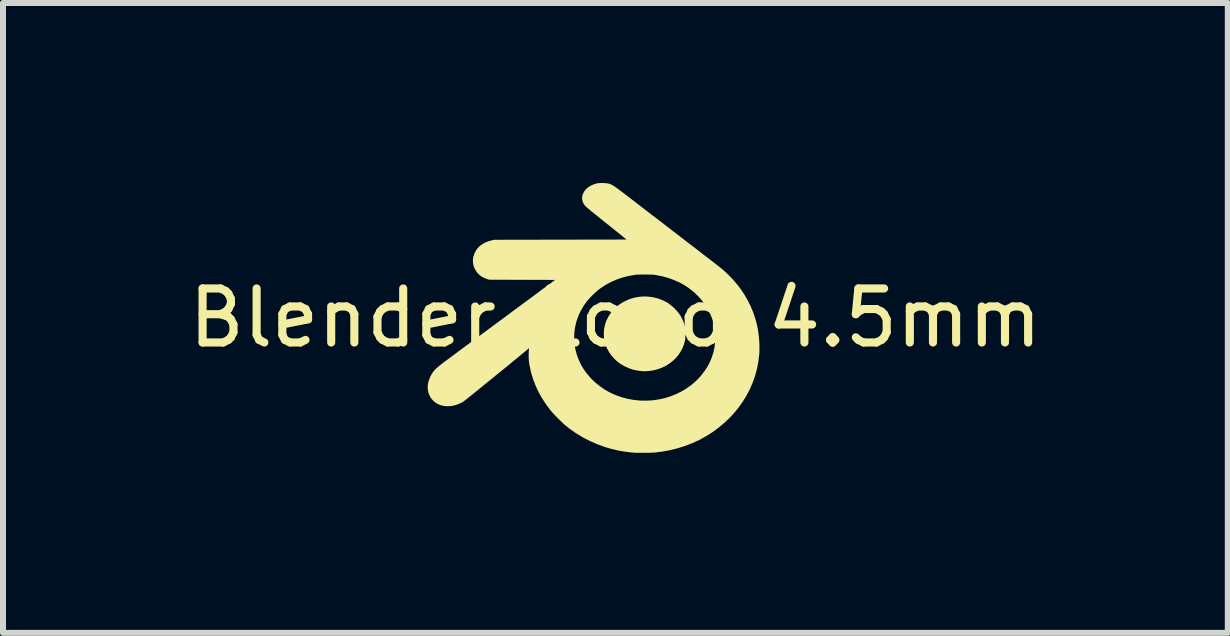
<source format=kicad_pcb>
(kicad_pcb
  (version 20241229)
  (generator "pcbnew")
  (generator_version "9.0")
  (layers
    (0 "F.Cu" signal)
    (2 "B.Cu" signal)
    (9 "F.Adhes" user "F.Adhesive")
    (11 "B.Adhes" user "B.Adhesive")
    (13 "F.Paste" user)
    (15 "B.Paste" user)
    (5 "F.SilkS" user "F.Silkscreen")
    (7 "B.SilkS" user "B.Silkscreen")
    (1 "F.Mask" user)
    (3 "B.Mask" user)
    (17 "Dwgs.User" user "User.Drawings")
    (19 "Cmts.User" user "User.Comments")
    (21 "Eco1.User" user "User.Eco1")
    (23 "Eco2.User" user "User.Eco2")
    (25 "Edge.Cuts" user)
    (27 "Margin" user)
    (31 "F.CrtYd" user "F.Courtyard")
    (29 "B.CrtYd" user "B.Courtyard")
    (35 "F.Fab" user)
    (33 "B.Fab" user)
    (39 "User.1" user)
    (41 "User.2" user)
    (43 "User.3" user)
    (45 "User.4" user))
  (footprint "Blender Logo 4.5mm"
    (layer "F.Cu")
    (at 7.205 2.248)
    (property "Reference" "Blender Logo 4.5mm" (at 0 0 180) (layer "F.SilkS") (effects (font (size 0.9 0.9) (thickness 0.135))))
    (attr board_only exclude_from_pos_files exclude_from_bom)
    (fp_poly (pts (xy 0.535 -0.356) (xy 0.611 -0.347) (xy 0.686 -0.331) (xy 0.722 -0.32) (xy 0.791 -0.293) (xy 0.855 -0.26) (xy 0.914 -0.22) (xy 0.97 -0.174) (xy 0.991 -0.153) (xy 1.04 -0.099) (xy 1.082 -0.042) (xy 1.115 0.018) (xy 1.141 0.082) (xy 1.16 0.151) (xy 1.16 0.151) (xy 1.164 0.174) (xy 1.166 0.202) (xy 1.168 0.235) (xy 1.168 0.269) (xy 1.168 0.303) (xy 1.166 0.334) (xy 1.164 0.36) (xy 1.162 0.369) (xy 1.144 0.438) (xy 1.119 0.503) (xy 1.086 0.565) (xy 1.046 0.623) (xy 1 0.676) (xy 0.948 0.724) (xy 0.891 0.767) (xy 0.829 0.805) (xy 0.763 0.835) (xy 0.692 0.859) (xy 0.639 0.872) (xy 0.619 0.876) (xy 0.594 0.88) (xy 0.567 0.883) (xy 0.54 0.886) (xy 0.515 0.888) (xy 0.494 0.889) (xy 0.479 0.889) (xy 0.479 0.889) (xy 0.468 0.888) (xy 0.454 0.887) (xy 0.447 0.887) (xy 0.37 0.878) (xy 0.297 0.863) (xy 0.227 0.839) (xy 0.158 0.808) (xy 0.155 0.807) (xy 0.091 0.77) (xy 0.033 0.728) (xy -0.019 0.68) (xy -0.064 0.629) (xy -0.103 0.573) (xy -0.136 0.514) (xy -0.161 0.453) (xy -0.179 0.389) (xy -0.19 0.324) (xy -0.193 0.258) (xy -0.189 0.192) (xy -0.176 0.125) (xy -0.155 0.059) (xy -0.149 0.045) (xy -0.119 -0.017) (xy -0.082 -0.075) (xy -0.038 -0.13) (xy -0.011 -0.158) (xy 0.045 -0.207) (xy 0.106 -0.25) (xy 0.171 -0.285) (xy 0.239 -0.314) (xy 0.311 -0.336) (xy 0.384 -0.35) (xy 0.459 -0.357)) (stroke (width 0) (type solid)) (fill yes) (layer "F.SilkS"))
    (fp_poly (pts (xy -0.201 -2.248) (xy -0.168 -2.246) (xy -0.14 -2.243) (xy -0.119 -2.24) (xy -0.108 -2.237) (xy -0.098 -2.234) (xy -0.087 -2.23) (xy -0.076 -2.226) (xy -0.065 -2.221) (xy -0.052 -2.214) (xy -0.038 -2.206) (xy -0.022 -2.195) (xy -0.003 -2.183) (xy 0.019 -2.168) (xy 0.044 -2.15) (xy 0.072 -2.128) (xy 0.105 -2.104) (xy 0.143 -2.075) (xy 0.185 -2.043) (xy 0.233 -2.006) (xy 0.287 -1.965) (xy 0.347 -1.918) (xy 0.358 -1.91) (xy 0.407 -1.872) (xy 0.463 -1.829) (xy 0.524 -1.782) (xy 0.589 -1.732) (xy 0.658 -1.679) (xy 0.729 -1.625) (xy 0.803 -1.568) (xy 0.877 -1.511) (xy 0.951 -1.454) (xy 1.025 -1.397) (xy 1.097 -1.342) (xy 1.167 -1.288) (xy 1.233 -1.237) (xy 1.292 -1.192) (xy 1.351 -1.147) (xy 1.407 -1.103) (xy 1.461 -1.061) (xy 1.513 -1.021) (xy 1.562 -0.984) (xy 1.607 -0.949) (xy 1.649 -0.916) (xy 1.686 -0.888) (xy 1.718 -0.862) (xy 1.745 -0.841) (xy 1.767 -0.824) (xy 1.783 -0.811) (xy 1.792 -0.804) (xy 1.792 -0.803) (xy 1.845 -0.756) (xy 1.899 -0.703) (xy 1.953 -0.646) (xy 2.005 -0.587) (xy 2.053 -0.528) (xy 2.093 -0.475) (xy 2.153 -0.384) (xy 2.208 -0.288) (xy 2.257 -0.188) (xy 2.299 -0.086) (xy 2.334 0.018) (xy 2.361 0.121) (xy 2.373 0.177) (xy 2.382 0.236) (xy 2.39 0.3) (xy 2.396 0.366) (xy 2.4 0.431) (xy 2.401 0.495) (xy 2.401 0.555) (xy 2.398 0.609) (xy 2.397 0.613) (xy 2.382 0.735) (xy 2.359 0.853) (xy 2.327 0.969) (xy 2.287 1.081) (xy 2.24 1.191) (xy 2.184 1.296) (xy 2.121 1.399) (xy 2.05 1.498) (xy 1.972 1.593) (xy 1.911 1.658) (xy 1.818 1.747) (xy 1.72 1.829) (xy 1.618 1.904) (xy 1.51 1.972) (xy 1.398 2.034) (xy 1.281 2.087) (xy 1.16 2.134) (xy 1.035 2.173) (xy 0.907 2.205) (xy 0.775 2.229) (xy 0.71 2.237) (xy 0.684 2.24) (xy 0.659 2.243) (xy 0.633 2.244) (xy 0.604 2.246) (xy 0.572 2.247) (xy 0.533 2.248) (xy 0.488 2.248) (xy 0.488 2.248) (xy 0.451 2.248) (xy 0.415 2.248) (xy 0.382 2.248) (xy 0.352 2.248) (xy 0.327 2.247) (xy 0.309 2.246) (xy 0.302 2.246) (xy 0.205 2.235) (xy 0.114 2.222) (xy 0.027 2.205) (xy -0.058 2.185) (xy -0.143 2.161) (xy -0.184 2.148) (xy -0.307 2.103) (xy -0.426 2.051) (xy -0.542 1.991) (xy -0.654 1.923) (xy -0.762 1.847) (xy -0.809 1.81) (xy -0.837 1.787) (xy -0.869 1.759) (xy -0.903 1.726) (xy -0.939 1.691) (xy -0.975 1.655) (xy -1.01 1.619) (xy -1.042 1.585) (xy -1.069 1.554) (xy -1.086 1.533) (xy -1.16 1.434) (xy -1.226 1.332) (xy -1.284 1.228) (xy -1.333 1.121) (xy -1.374 1.012) (xy -1.407 0.901) (xy -1.431 0.787) (xy -1.437 0.751) (xy -1.441 0.719) (xy -1.443 0.68) (xy -1.445 0.639) (xy -1.444 0.597) (xy -1.443 0.559) (xy -1.441 0.54) (xy -1.438 0.504) (xy -1.472 0.532) (xy -1.505 0.56) (xy -1.543 0.591) (xy -1.585 0.625) (xy -1.629 0.662) (xy -1.677 0.701) (xy -1.726 0.741) (xy -1.778 0.784) (xy -1.83 0.827) (xy -1.884 0.871) (xy -1.939 0.915) (xy -1.993 0.959) (xy -2.047 1.004) (xy -2.101 1.047) (xy -2.153 1.089) (xy -2.203 1.13) (xy -2.252 1.17) (xy -2.298 1.207) (xy -2.341 1.242) (xy -2.381 1.274) (xy -2.416 1.303) (xy -2.448 1.328) (xy -2.475 1.35) (xy -2.497 1.367) (xy -2.513 1.38) (xy -2.523 1.388) (xy -2.527 1.39) (xy -2.579 1.42) (xy -2.634 1.443) (xy -2.69 1.46) (xy -2.747 1.47) (xy -2.804 1.472) (xy -2.858 1.467) (xy -2.91 1.455) (xy -2.916 1.453) (xy -2.957 1.436) (xy -2.993 1.415) (xy -3.027 1.387) (xy -3.039 1.376) (xy -3.072 1.337) (xy -3.097 1.295) (xy -3.115 1.249) (xy -3.125 1.201) (xy -3.128 1.15) (xy -3.123 1.098) (xy -3.11 1.046) (xy -3.09 0.993) (xy -3.063 0.94) (xy -3.053 0.924) (xy -3.045 0.911) (xy -3.036 0.899) (xy -3.027 0.887) (xy -3.018 0.876) (xy -3.007 0.864) (xy -2.994 0.851) (xy -2.979 0.837) (xy -2.961 0.822) (xy -2.941 0.804) (xy -2.917 0.785) (xy -2.889 0.763) (xy -2.857 0.738) (xy -2.819 0.71) (xy -2.777 0.679) (xy -2.729 0.643) (xy -2.675 0.603) (xy -2.615 0.558) (xy -2.613 0.557) (xy -2.573 0.527) (xy -2.527 0.493) (xy -2.474 0.454) (xy -2.417 0.412) (xy -2.355 0.366) (xy -2.34 0.355) (xy -0.686 0.355) (xy -0.684 0.401) (xy -0.681 0.436) (xy -0.665 0.529) (xy -0.641 0.617) (xy -0.61 0.702) (xy -0.571 0.782) (xy -0.525 0.86) (xy -0.47 0.934) (xy -0.408 1.006) (xy -0.397 1.017) (xy -0.325 1.085) (xy -0.248 1.146) (xy -0.166 1.201) (xy -0.079 1.249) (xy 0.011 1.289) (xy 0.105 1.322) (xy 0.202 1.348) (xy 0.302 1.366) (xy 0.404 1.377) (xy 0.508 1.379) (xy 0.613 1.374) (xy 0.637 1.371) (xy 0.736 1.356) (xy 0.833 1.334) (xy 0.927 1.304) (xy 1.018 1.267) (xy 1.105 1.224) (xy 1.188 1.174) (xy 1.267 1.117) (xy 1.339 1.055) (xy 1.406 0.987) (xy 1.436 0.952) (xy 1.489 0.882) (xy 1.535 0.811) (xy 1.573 0.739) (xy 1.605 0.663) (xy 1.631 0.584) (xy 1.635 0.568) (xy 1.654 0.48) (xy 1.664 0.391) (xy 1.666 0.302) (xy 1.66 0.214) (xy 1.645 0.126) (xy 1.622 0.04) (xy 1.591 -0.044) (xy 1.553 -0.125) (xy 1.506 -0.204) (xy 1.505 -0.205) (xy 1.448 -0.284) (xy 1.385 -0.357) (xy 1.316 -0.424) (xy 1.24 -0.485) (xy 1.16 -0.54) (xy 1.074 -0.588) (xy 0.983 -0.629) (xy 0.888 -0.664) (xy 0.788 -0.692) (xy 0.683 -0.713) (xy 0.654 -0.718) (xy 0.636 -0.72) (xy 0.61 -0.721) (xy 0.579 -0.722) (xy 0.544 -0.723) (xy 0.507 -0.723) (xy 0.469 -0.723) (xy 0.432 -0.723) (xy 0.398 -0.722) (xy 0.367 -0.721) (xy 0.342 -0.72) (xy 0.326 -0.718) (xy 0.22 -0.699) (xy 0.118 -0.673) (xy 0.022 -0.64) (xy -0.07 -0.6) (xy -0.159 -0.552) (xy -0.243 -0.497) (xy -0.272 -0.476) (xy -0.298 -0.455) (xy -0.328 -0.429) (xy -0.359 -0.4) (xy -0.391 -0.369) (xy -0.421 -0.338) (xy -0.449 -0.308) (xy -0.472 -0.281) (xy -0.483 -0.267) (xy -0.535 -0.191) (xy -0.579 -0.114) (xy -0.616 -0.035) (xy -0.645 0.047) (xy -0.667 0.133) (xy -0.674 0.171) (xy -0.68 0.212) (xy -0.684 0.258) (xy -0.686 0.307) (xy -0.686 0.355) (xy -2.34 0.355) (xy -2.29 0.318) (xy -2.221 0.267) (xy -2.15 0.215) (xy -2.077 0.16) (xy -2.002 0.105) (xy -1.927 0.05) (xy -1.852 -0.006) (xy -1.777 -0.061) (xy -1.704 -0.116) (xy -1.644 -0.16) (xy -1.005 -0.633) (xy -1.556 -0.635) (xy -2.106 -0.637) (xy -2.138 -0.647) (xy -2.172 -0.66) (xy -2.207 -0.676) (xy -2.238 -0.695) (xy -2.258 -0.71) (xy -2.294 -0.745) (xy -2.324 -0.784) (xy -2.348 -0.827) (xy -2.364 -0.873) (xy -2.373 -0.921) (xy -2.374 -0.968) (xy -2.368 -1.016) (xy -2.367 -1.017) (xy -2.35 -1.07) (xy -2.327 -1.118) (xy -2.296 -1.161) (xy -2.259 -1.199) (xy -2.214 -1.231) (xy -2.164 -1.259) (xy -2.106 -1.28) (xy -2.062 -1.292) (xy -2.019 -1.302) (xy -0.917 -1.304) (xy 0.186 -1.306) (xy 0.028 -1.434) (xy -0.011 -1.465) (xy -0.054 -1.5) (xy -0.101 -1.537) (xy -0.15 -1.576) (xy -0.198 -1.615) (xy -0.244 -1.652) (xy -0.287 -1.687) (xy -0.302 -1.699) (xy -0.336 -1.726) (xy -0.369 -1.753) (xy -0.4 -1.778) (xy -0.428 -1.801) (xy -0.453 -1.822) (xy -0.473 -1.839) (xy -0.488 -1.852) (xy -0.497 -1.86) (xy -0.497 -1.861) (xy -0.524 -1.894) (xy -0.542 -1.93) (xy -0.552 -1.968) (xy -0.554 -2.007) (xy -0.548 -2.046) (xy -0.533 -2.084) (xy -0.511 -2.12) (xy -0.481 -2.153) (xy -0.444 -2.183) (xy -0.401 -2.208) (xy -0.352 -2.229) (xy -0.315 -2.24) (xy -0.294 -2.244) (xy -0.266 -2.247) (xy -0.234 -2.248)) (stroke (width 0) (type solid)) (fill yes) (layer "F.SilkS")))
  (gr_rect
    (start -3 -3)
    (end 17.411 7.497)
    (stroke (width 0.1) (type default))
    (fill no)
    (layer "Edge.Cuts")))
</source>
